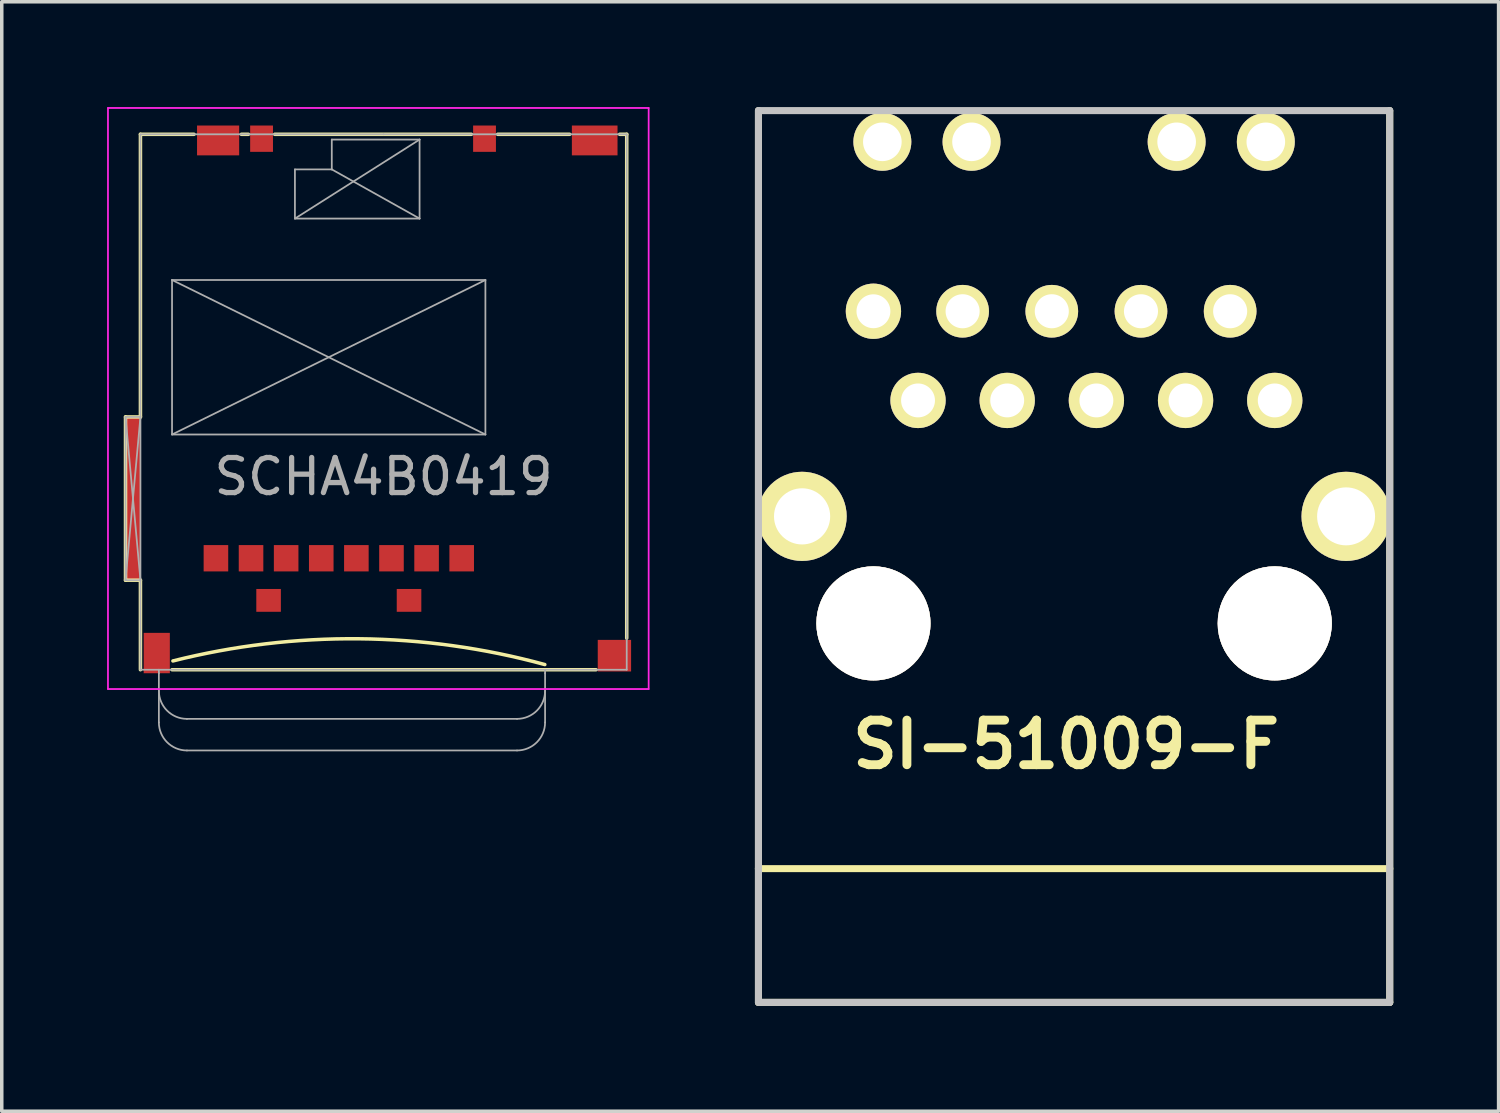
<source format=kicad_pcb>
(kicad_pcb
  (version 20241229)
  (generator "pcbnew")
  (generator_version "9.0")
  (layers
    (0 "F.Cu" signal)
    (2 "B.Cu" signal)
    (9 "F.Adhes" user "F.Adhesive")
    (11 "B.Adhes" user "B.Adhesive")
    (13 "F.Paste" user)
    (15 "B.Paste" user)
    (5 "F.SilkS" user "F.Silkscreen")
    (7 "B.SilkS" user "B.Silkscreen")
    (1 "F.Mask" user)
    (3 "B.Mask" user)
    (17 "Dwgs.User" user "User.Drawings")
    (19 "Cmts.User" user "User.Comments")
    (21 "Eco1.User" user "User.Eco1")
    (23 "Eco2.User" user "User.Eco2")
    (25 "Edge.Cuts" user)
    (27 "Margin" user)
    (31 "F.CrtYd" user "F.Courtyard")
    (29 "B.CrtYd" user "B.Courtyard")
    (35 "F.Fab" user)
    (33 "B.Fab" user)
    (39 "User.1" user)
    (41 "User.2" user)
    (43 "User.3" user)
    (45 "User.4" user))
  (footprint "SCHA4B0419"
    (layer "F.Cu")
    (at 7.875 0.775)
    (property "Reference" "SCHA4B0419" (at 0 9.75 0) (layer "F.Fab") (effects (font (size 1 1) (thickness 0.15))))
    (attr through_hole)
    (fp_line (start -7.35 8.05) (end -6.925 8.05) (stroke (width 0.1) (type solid)) (layer "F.SilkS"))
    (fp_line (start -7.35 12.7) (end -7.35 8.05) (stroke (width 0.1) (type solid)) (layer "F.SilkS"))
    (fp_line (start -6.925 0) (end -5.4 0) (stroke (width 0.1) (type solid)) (layer "F.SilkS"))
    (fp_line (start -6.925 8.05) (end -6.925 0) (stroke (width 0.1) (type solid)) (layer "F.SilkS"))
    (fp_line (start -6.925 12.7) (end -7.35 12.7) (stroke (width 0.1) (type solid)) (layer "F.SilkS"))
    (fp_line (start -6.925 15.25) (end -6.925 12.7) (stroke (width 0.1) (type solid)) (layer "F.SilkS"))
    (fp_line (start -4.05 0) (end -3.85 0) (stroke (width 0.1) (type solid)) (layer "F.SilkS"))
    (fp_line (start -3.1 0) (end 2.5 0) (stroke (width 0.1) (type solid)) (layer "F.SilkS"))
    (fp_line (start 3.25 0) (end 5.3 0) (stroke (width 0.1) (type solid)) (layer "F.SilkS"))
    (fp_line (start 6.05 15.25) (end -6.025 15.25) (stroke (width 0.1) (type solid)) (layer "F.SilkS"))
    (fp_line (start 6.725 0) (end 6.925 0) (stroke (width 0.1) (type solid)) (layer "F.SilkS"))
    (fp_line (start 6.925 0) (end 6.925 14.35) (stroke (width 0.1) (type solid)) (layer "F.SilkS"))
    (fp_arc (start -6 15) (mid -0.697169 14.368636) (end 4.592397 15.102889) (stroke (width 0.1) (type solid)) (layer "F.SilkS"))
    (fp_line (start -7.85 -0.75) (end 7.55 -0.75) (stroke (width 0.05) (type solid)) (layer "F.CrtYd"))
    (fp_line (start -7.85 15.8) (end -7.85 -0.75) (stroke (width 0.05) (type solid)) (layer "F.CrtYd"))
    (fp_line (start 7.55 -0.75) (end 7.55 15.8) (stroke (width 0.05) (type solid)) (layer "F.CrtYd"))
    (fp_line (start 7.55 15.8) (end -7.85 15.8) (stroke (width 0.05) (type solid)) (layer "F.CrtYd"))
    (fp_line (start -7.35 8.05) (end -7.35 12.7) (stroke (width 0.05) (type solid)) (layer "F.Fab"))
    (fp_line (start -7.35 12.7) (end -6.925 12.7) (stroke (width 0.05) (type solid)) (layer "F.Fab"))
    (fp_line (start -6.925 0) (end -6.925 15.25) (stroke (width 0.05) (type solid)) (layer "F.Fab"))
    (fp_line (start -6.925 8.05) (end -7.35 8.05) (stroke (width 0.05) (type solid)) (layer "F.Fab"))
    (fp_line (start -6.925 8.05) (end -7.35 12.7) (stroke (width 0.05) (type solid)) (layer "F.Fab"))
    (fp_line (start -6.925 12.7) (end -7.35 8.05) (stroke (width 0.05) (type solid)) (layer "F.Fab"))
    (fp_line (start -6.925 15.25) (end 6.925 15.25) (stroke (width 0.05) (type solid)) (layer "F.Fab"))
    (fp_line (start -6.4 15.35) (end -6.4 15.25) (stroke (width 0.05) (type solid)) (layer "F.Fab"))
    (fp_line (start -6.4 16.75) (end -6.4 15.35) (stroke (width 0.05) (type solid)) (layer "F.Fab"))
    (fp_line (start -6.025 4.15) (end 2.9 4.15) (stroke (width 0.05) (type solid)) (layer "F.Fab"))
    (fp_line (start -6.025 4.15) (end 2.9 8.55) (stroke (width 0.05) (type solid)) (layer "F.Fab"))
    (fp_line (start -6.025 8.55) (end -6.025 4.15) (stroke (width 0.05) (type solid)) (layer "F.Fab"))
    (fp_line (start -2.525 1) (end -1.475 1) (stroke (width 0.05) (type solid)) (layer "F.Fab"))
    (fp_line (start -2.525 2.4) (end -2.525 1) (stroke (width 0.05) (type solid)) (layer "F.Fab"))
    (fp_line (start -1.475 0.15) (end 1.025 0.15) (stroke (width 0.05) (type solid)) (layer "F.Fab"))
    (fp_line (start -1.475 1) (end -1.475 0.15) (stroke (width 0.05) (type solid)) (layer "F.Fab"))
    (fp_line (start 0 0) (end -6.925 0) (stroke (width 0.05) (type solid)) (layer "F.Fab"))
    (fp_line (start 1.025 0.15) (end -2.525 2.4) (stroke (width 0.05) (type solid)) (layer "F.Fab"))
    (fp_line (start 1.025 0.15) (end 1.025 2.4) (stroke (width 0.05) (type solid)) (layer "F.Fab"))
    (fp_line (start 1.025 2.4) (end -2.525 2.4) (stroke (width 0.05) (type solid)) (layer "F.Fab"))
    (fp_line (start 1.025 2.4) (end -1.475 1) (stroke (width 0.05) (type solid)) (layer "F.Fab"))
    (fp_line (start 2.9 4.15) (end -6.025 8.55) (stroke (width 0.05) (type solid)) (layer "F.Fab"))
    (fp_line (start 2.9 4.15) (end 2.9 8.55) (stroke (width 0.05) (type solid)) (layer "F.Fab"))
    (fp_line (start 2.9 8.55) (end -6.025 8.55) (stroke (width 0.05) (type solid)) (layer "F.Fab"))
    (fp_line (start 3.8 16.65) (end -5.6 16.65) (stroke (width 0.05) (type solid)) (layer "F.Fab"))
    (fp_line (start 3.8 17.55) (end -5.6 17.55) (stroke (width 0.05) (type solid)) (layer "F.Fab"))
    (fp_line (start 4.6 15.25) (end 4.6 15.35) (stroke (width 0.05) (type solid)) (layer "F.Fab"))
    (fp_line (start 4.6 15.35) (end 4.6 16.75) (stroke (width 0.05) (type solid)) (layer "F.Fab"))
    (fp_line (start 6.925 0) (end 0 0) (stroke (width 0.05) (type solid)) (layer "F.Fab"))
    (fp_line (start 6.925 15.25) (end 6.925 0) (stroke (width 0.05) (type solid)) (layer "F.Fab"))
    (fp_arc (start -5.6 16.65) (mid -6.165685 16.415685) (end -6.4 15.85) (stroke (width 0.05) (type solid)) (layer "F.Fab"))
    (fp_arc (start -5.6 17.55) (mid -6.165685 17.315685) (end -6.4 16.75) (stroke (width 0.05) (type solid)) (layer "F.Fab"))
    (fp_arc (start 4.6 15.85) (mid 4.365685 16.415685) (end 3.8 16.65) (stroke (width 0.05) (type solid)) (layer "F.Fab"))
    (fp_arc (start 4.6 16.75) (mid 4.365685 17.315685) (end 3.8 17.55) (stroke (width 0.05) (type solid)) (layer "F.Fab"))
    (pad "1" smd rect (at 2.225 12.075) (size 0.7 0.75) (layers "F.Cu" "F.Mask" "F.Paste"))
    (pad "2" smd rect (at 1.225 12.075) (size 0.7 0.75) (layers "F.Cu" "F.Mask" "F.Paste"))
    (pad "3" smd rect (at 0.225 12.075) (size 0.7 0.75) (layers "F.Cu" "F.Mask" "F.Paste"))
    (pad "4" smd rect (at -0.775 12.075) (size 0.7 0.75) (layers "F.Cu" "F.Mask" "F.Paste"))
    (pad "5" smd rect (at -1.775 12.075) (size 0.7 0.75) (layers "F.Cu" "F.Mask" "F.Paste"))
    (pad "6" smd rect (at -2.775 12.075) (size 0.7 0.75) (layers "F.Cu" "F.Mask" "F.Paste"))
    (pad "7" smd rect (at -3.775 12.075) (size 0.7 0.75) (layers "F.Cu" "F.Mask" "F.Paste"))
    (pad "8" smd rect (at -4.775 12.075) (size 0.7 0.75) (layers "F.Cu" "F.Mask" "F.Paste"))
    (pad "9" smd rect (at 2.875 0.125) (size 0.65 0.75) (layers "F.Cu" "F.Mask" "F.Paste"))
    (pad "10" smd rect (at -3.475 0.125) (size 0.65 0.75) (layers "F.Cu" "F.Mask" "F.Paste"))
    (pad "11" smd rect (at -7.125 10.375) (size 0.425 4.65) (layers "F.Cu" "F.Mask" "F.Paste"))
    (pad "11" smd rect (at -6.46 14.775) (size 0.745 1.15) (layers "F.Cu" "F.Mask" "F.Paste"))
    (pad "11" smd rect (at -4.713 0.175) (size 1.2 0.85) (layers "F.Cu" "F.Mask" "F.Paste"))
    (pad "11" smd rect (at -3.275 13.275) (size 0.7 0.65) (layers "F.Cu" "F.Mask" "F.Paste"))
    (pad "11" smd rect (at 0.725 13.275) (size 0.7 0.65) (layers "F.Cu" "F.Mask" "F.Paste"))
    (pad "11" smd rect (at 6.013 0.175) (size 1.3 0.85) (layers "F.Cu" "F.Mask" "F.Paste"))
    (pad "11" smd rect (at 6.575 14.85) (size 0.95 0.9) (layers "F.Cu" "F.Mask" "F.Paste")))
  (footprint "SI-51009-F"
    (layer "F.Cu")
    (at 27.542 12.8)
    (property "Reference" "SI-51009-F" (at -0.226 5.356 0) (layer "F.SilkS") (effects (font (size 1.27 1.27) (thickness 0.254))))
    (attr through_hole)
    (fp_line (start -8.992 8.89) (end 8.992 8.89) (stroke (width 0.2) (type solid)) (layer "F.SilkS"))
    (fp_line (start -8.99 -12.7) (end -8.99 12.7) (stroke (width 0.2) (type solid)) (layer "F.SilkS"))
    (fp_line (start -8.99 12.7) (end 8.99 12.7) (stroke (width 0.2) (type solid)) (layer "F.SilkS"))
    (fp_line (start 8.99 12.7) (end 8.99 -12.7) (stroke (width 0.2) (type solid)) (layer "F.SilkS"))
    (fp_line (start -8.99 -12.7) (end 8.99 -12.7) (stroke (width 0.2) (type solid)) (layer "Dwgs.User"))
    (fp_line (start -8.99 12.7) (end -8.99 -12.7) (stroke (width 0.2) (type solid)) (layer "Dwgs.User"))
    (fp_line (start 8.99 -12.7) (end 8.99 12.7) (stroke (width 0.2) (type solid)) (layer "Dwgs.User"))
    (fp_line (start 8.99 12.7) (end -8.99 12.7) (stroke (width 0.2) (type solid)) (layer "Dwgs.User"))
    (pad "" thru_hole circle (at -5.715 1.905 90) (size 3.251 3.251) (drill 3.251) (layers "*.Cu" "*.Mask" "F.SilkS"))
    (pad "" thru_hole circle (at 5.715 1.905 90) (size 3.251 3.251) (drill 3.251) (layers "*.Cu" "*.Mask" "F.SilkS"))
    (pad "1" thru_hole circle (at 5.715 -4.445 90) (size 1.575 1.575) (drill 0.965) (layers "*.Cu" "*.Mask" "F.SilkS"))
    (pad "2" thru_hole circle (at 4.445 -6.985 90) (size 1.5 1.5) (drill 0.97) (layers "*.Cu" "*.Mask" "F.SilkS"))
    (pad "3" thru_hole circle (at 3.175 -4.445 90) (size 1.575 1.575) (drill 0.965) (layers "*.Cu" "*.Mask" "F.SilkS"))
    (pad "4" thru_hole circle (at 1.905 -6.985 90) (size 1.5 1.5) (drill 0.97) (layers "*.Cu" "*.Mask" "F.SilkS"))
    (pad "5" thru_hole circle (at 0.635 -4.445 90) (size 1.575 1.575) (drill 0.965) (layers "*.Cu" "*.Mask" "F.SilkS"))
    (pad "6" thru_hole circle (at -0.635 -6.985 90) (size 1.5 1.5) (drill 0.97) (layers "*.Cu" "*.Mask" "F.SilkS"))
    (pad "7" thru_hole circle (at -1.905 -4.445 90) (size 1.575 1.575) (drill 0.965) (layers "*.Cu" "*.Mask" "F.SilkS"))
    (pad "8" thru_hole circle (at -3.175 -6.985 90) (size 1.5 1.5) (drill 0.97) (layers "*.Cu" "*.Mask" "F.SilkS"))
    (pad "9" thru_hole circle (at -4.445 -4.445 90) (size 1.575 1.575) (drill 0.965) (layers "*.Cu" "*.Mask" "F.SilkS"))
    (pad "10" thru_hole circle (at -5.715 -6.985 90) (size 1.575 1.575) (drill 0.965) (layers "*.Cu" "*.Mask" "F.SilkS"))
    (pad "11" thru_hole circle (at -7.747 -1.143 90) (size 2.54 2.54) (drill 1.6) (layers "*.Cu" "*.Mask" "F.SilkS"))
    (pad "12" thru_hole circle (at 7.747 -1.143 90) (size 2.54 2.54) (drill 1.651) (layers "*.Cu" "*.Mask" "F.SilkS"))
    (pad "13" thru_hole circle (at 5.461 -11.81 90) (size 1.65 1.65) (drill 1.1) (layers "*.Cu" "*.Mask" "F.SilkS"))
    (pad "14" thru_hole circle (at 2.921 -11.811 90) (size 1.65 1.65) (drill 1.1) (layers "*.Cu" "*.Mask" "F.SilkS"))
    (pad "15" thru_hole circle (at -2.921 -11.811 90) (size 1.65 1.65) (drill 1.1) (layers "*.Cu" "*.Mask" "F.SilkS"))
    (pad "16" thru_hole circle (at -5.461 -11.811 90) (size 1.65 1.65) (drill 1.1) (layers "*.Cu" "*.Mask" "F.SilkS")))
  (gr_rect
    (start -3 -3)
    (end 39.633 28.6)
    (stroke (width 0.1) (type default))
    (fill no)
    (layer "Edge.Cuts")))
</source>
